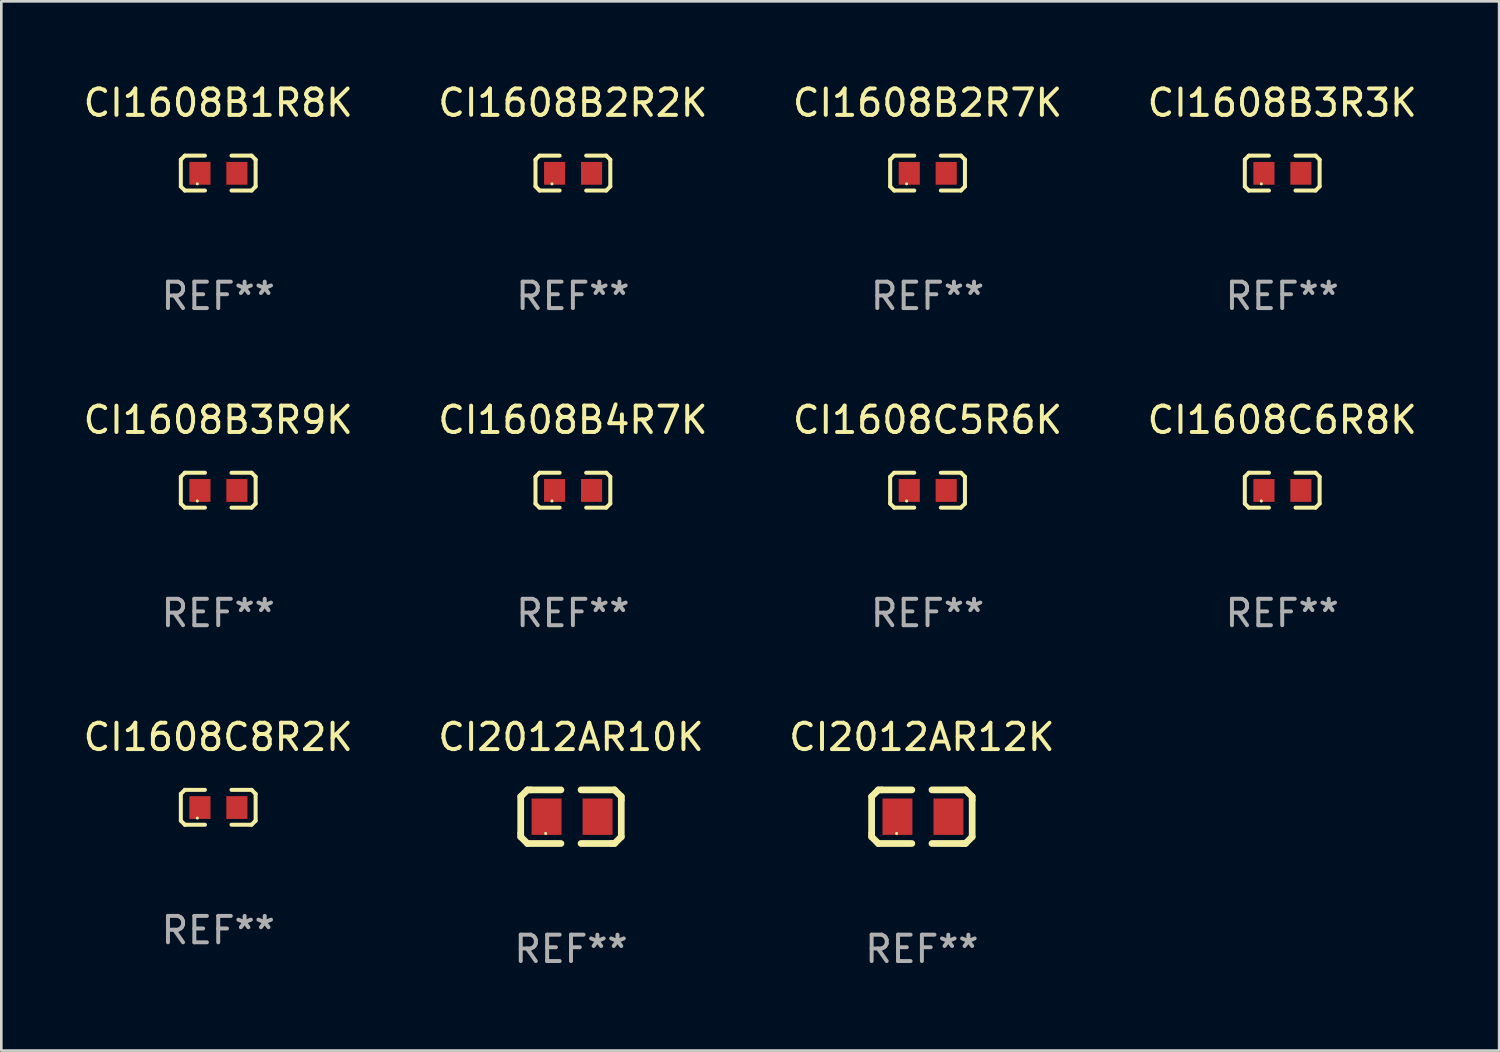
<source format=kicad_pcb>
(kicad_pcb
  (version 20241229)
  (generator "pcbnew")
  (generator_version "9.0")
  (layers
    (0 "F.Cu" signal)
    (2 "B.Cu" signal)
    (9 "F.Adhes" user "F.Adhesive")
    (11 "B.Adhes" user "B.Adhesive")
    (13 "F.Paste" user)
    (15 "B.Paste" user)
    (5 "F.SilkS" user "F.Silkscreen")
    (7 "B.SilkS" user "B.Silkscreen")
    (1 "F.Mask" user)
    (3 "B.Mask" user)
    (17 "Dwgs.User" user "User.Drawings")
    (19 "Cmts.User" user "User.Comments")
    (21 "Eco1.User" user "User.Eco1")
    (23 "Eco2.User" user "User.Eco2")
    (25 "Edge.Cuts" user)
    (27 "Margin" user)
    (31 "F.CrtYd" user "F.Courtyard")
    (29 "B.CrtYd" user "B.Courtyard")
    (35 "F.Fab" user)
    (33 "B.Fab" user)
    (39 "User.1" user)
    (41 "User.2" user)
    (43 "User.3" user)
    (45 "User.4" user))
  (footprint "CI1608C5R6K"
    (layer "F.Cu")
    (at 32.101 15.527)
    (property "Reference" "CI1608C5R6K" (at 0 -2.661 0) (layer "F.SilkS") (effects (font (size 1 1) (thickness 0.15))))
    (attr through_hole)
    (fp_line (start -1.417 -0.508) (end -1.265 -0.661) (stroke (width 0.152) (type solid)) (layer "F.SilkS"))
    (fp_line (start -1.417 0.508) (end -1.417 -0.508) (stroke (width 0.152) (type solid)) (layer "F.SilkS"))
    (fp_line (start -1.265 -0.661) (end -0.503 -0.661) (stroke (width 0.152) (type solid)) (layer "F.SilkS"))
    (fp_line (start -1.265 0.661) (end -1.417 0.508) (stroke (width 0.152) (type solid)) (layer "F.SilkS"))
    (fp_line (start -1.265 0.661) (end -0.503 0.661) (stroke (width 0.152) (type solid)) (layer "F.SilkS"))
    (fp_line (start 1.265 -0.661) (end 0.503 -0.661) (stroke (width 0.152) (type solid)) (layer "F.SilkS"))
    (fp_line (start 1.265 -0.661) (end 1.417 -0.508) (stroke (width 0.152) (type solid)) (layer "F.SilkS"))
    (fp_line (start 1.265 0.661) (end 0.503 0.661) (stroke (width 0.152) (type solid)) (layer "F.SilkS"))
    (fp_line (start 1.417 -0.508) (end 1.417 0.508) (stroke (width 0.152) (type solid)) (layer "F.SilkS"))
    (fp_line (start 1.417 0.508) (end 1.265 0.661) (stroke (width 0.152) (type solid)) (layer "F.SilkS"))
    (fp_circle (center -0.793 0.409) (end -0.763 0.409) (stroke (width 0.06) (type solid)) (fill no) (layer "F.SilkS"))
    (fp_text user "REF**" (at 0 4.661 0) (layer "F.Fab") (effects (font (size 1 1) (thickness 0.15))))
    (pad "1" smd rect (at -0.693 0.009 180) (size 0.8 0.864) (layers "F.Cu" "F.Mask" "F.Paste"))
    (pad "2" smd rect (at 0.707 0.009 180) (size 0.8 0.864) (layers "F.Cu" "F.Mask" "F.Paste")))
  (footprint "CI1608B1R8K"
    (layer "F.Cu")
    (at 5.22 3.509)
    (property "Reference" "CI1608B1R8K" (at 0 -2.661 0) (layer "F.SilkS") (effects (font (size 1 1) (thickness 0.15))))
    (attr through_hole)
    (fp_line (start -1.417 -0.508) (end -1.265 -0.661) (stroke (width 0.152) (type solid)) (layer "F.SilkS"))
    (fp_line (start -1.417 0.508) (end -1.417 -0.508) (stroke (width 0.152) (type solid)) (layer "F.SilkS"))
    (fp_line (start -1.265 -0.661) (end -0.503 -0.661) (stroke (width 0.152) (type solid)) (layer "F.SilkS"))
    (fp_line (start -1.265 0.661) (end -1.417 0.508) (stroke (width 0.152) (type solid)) (layer "F.SilkS"))
    (fp_line (start -1.265 0.661) (end -0.503 0.661) (stroke (width 0.152) (type solid)) (layer "F.SilkS"))
    (fp_line (start 1.265 -0.661) (end 0.503 -0.661) (stroke (width 0.152) (type solid)) (layer "F.SilkS"))
    (fp_line (start 1.265 -0.661) (end 1.417 -0.508) (stroke (width 0.152) (type solid)) (layer "F.SilkS"))
    (fp_line (start 1.265 0.661) (end 0.503 0.661) (stroke (width 0.152) (type solid)) (layer "F.SilkS"))
    (fp_line (start 1.417 -0.508) (end 1.417 0.508) (stroke (width 0.152) (type solid)) (layer "F.SilkS"))
    (fp_line (start 1.417 0.508) (end 1.265 0.661) (stroke (width 0.152) (type solid)) (layer "F.SilkS"))
    (fp_circle (center -0.793 0.409) (end -0.763 0.409) (stroke (width 0.06) (type solid)) (fill no) (layer "F.SilkS"))
    (fp_text user "REF**" (at 0 4.661 0) (layer "F.Fab") (effects (font (size 1 1) (thickness 0.15))))
    (pad "1" smd rect (at -0.693 0.009 180) (size 0.8 0.864) (layers "F.Cu" "F.Mask" "F.Paste"))
    (pad "2" smd rect (at 0.707 0.009 180) (size 0.8 0.864) (layers "F.Cu" "F.Mask" "F.Paste")))
  (footprint "CI2012AR10K"
    (layer "F.Cu")
    (at 18.589 27.9)
    (property "Reference" "CI2012AR10K" (at 0 -3.016 0) (layer "F.SilkS") (effects (font (size 1 1) (thickness 0.15))))
    (attr through_hole)
    (fp_line (start -1.905 -0.762) (end -1.905 0.635) (stroke (width 0.254) (type solid)) (layer "F.SilkS"))
    (fp_line (start -1.905 0.635) (end -1.905 0.762) (stroke (width 0.254) (type solid)) (layer "F.SilkS"))
    (fp_line (start -1.905 0.762) (end -1.651 1.016) (stroke (width 0.254) (type solid)) (layer "F.SilkS"))
    (fp_line (start -1.651 -1.016) (end -1.905 -0.762) (stroke (width 0.254) (type solid)) (layer "F.SilkS"))
    (fp_line (start -1.651 1.016) (end -0.381 1.016) (stroke (width 0.254) (type solid)) (layer "F.SilkS"))
    (fp_line (start -1.524 -1.016) (end -1.651 -1.016) (stroke (width 0.254) (type solid)) (layer "F.SilkS"))
    (fp_line (start -0.381 -1.016) (end -1.524 -1.016) (stroke (width 0.254) (type solid)) (layer "F.SilkS"))
    (fp_line (start 0.381 1.016) (end 1.524 1.016) (stroke (width 0.254) (type solid)) (layer "F.SilkS"))
    (fp_line (start 1.524 1.016) (end 1.651 1.016) (stroke (width 0.254) (type solid)) (layer "F.SilkS"))
    (fp_line (start 1.651 -1.016) (end 0.381 -1.016) (stroke (width 0.254) (type solid)) (layer "F.SilkS"))
    (fp_line (start 1.651 1.016) (end 1.905 0.762) (stroke (width 0.254) (type solid)) (layer "F.SilkS"))
    (fp_line (start 1.905 -0.762) (end 1.651 -1.016) (stroke (width 0.254) (type solid)) (layer "F.SilkS"))
    (fp_line (start 1.905 -0.635) (end 1.905 -0.762) (stroke (width 0.254) (type solid)) (layer "F.SilkS"))
    (fp_line (start 1.905 0.762) (end 1.905 -0.635) (stroke (width 0.254) (type solid)) (layer "F.SilkS"))
    (fp_circle (center -0.96 0.637) (end -0.93 0.637) (stroke (width 0.06) (type solid)) (fill no) (layer "F.SilkS"))
    (fp_text user "REF**" (at 0 5.016 0) (layer "F.Fab") (effects (font (size 1 1) (thickness 0.15))))
    (pad "1" smd rect (at -0.926 -0.000051) (size 1.133 1.377) (layers "F.Cu" "F.Mask" "F.Paste"))
    (pad "2" smd rect (at 1.006 -0.000051) (size 1.133 1.377) (layers "F.Cu" "F.Mask" "F.Paste")))
  (footprint "CI1608B3R3K"
    (layer "F.Cu")
    (at 45.542 3.509)
    (property "Reference" "CI1608B3R3K" (at 0 -2.661 0) (layer "F.SilkS") (effects (font (size 1 1) (thickness 0.15))))
    (attr through_hole)
    (fp_line (start -1.417 -0.508) (end -1.265 -0.661) (stroke (width 0.152) (type solid)) (layer "F.SilkS"))
    (fp_line (start -1.417 0.508) (end -1.417 -0.508) (stroke (width 0.152) (type solid)) (layer "F.SilkS"))
    (fp_line (start -1.265 -0.661) (end -0.503 -0.661) (stroke (width 0.152) (type solid)) (layer "F.SilkS"))
    (fp_line (start -1.265 0.661) (end -1.417 0.508) (stroke (width 0.152) (type solid)) (layer "F.SilkS"))
    (fp_line (start -1.265 0.661) (end -0.503 0.661) (stroke (width 0.152) (type solid)) (layer "F.SilkS"))
    (fp_line (start 1.265 -0.661) (end 0.503 -0.661) (stroke (width 0.152) (type solid)) (layer "F.SilkS"))
    (fp_line (start 1.265 -0.661) (end 1.417 -0.508) (stroke (width 0.152) (type solid)) (layer "F.SilkS"))
    (fp_line (start 1.265 0.661) (end 0.503 0.661) (stroke (width 0.152) (type solid)) (layer "F.SilkS"))
    (fp_line (start 1.417 -0.508) (end 1.417 0.508) (stroke (width 0.152) (type solid)) (layer "F.SilkS"))
    (fp_line (start 1.417 0.508) (end 1.265 0.661) (stroke (width 0.152) (type solid)) (layer "F.SilkS"))
    (fp_circle (center -0.793 0.409) (end -0.763 0.409) (stroke (width 0.06) (type solid)) (fill no) (layer "F.SilkS"))
    (fp_text user "REF**" (at 0 4.661 0) (layer "F.Fab") (effects (font (size 1 1) (thickness 0.15))))
    (pad "1" smd rect (at -0.693 0.009 180) (size 0.8 0.864) (layers "F.Cu" "F.Mask" "F.Paste"))
    (pad "2" smd rect (at 0.707 0.009 180) (size 0.8 0.864) (layers "F.Cu" "F.Mask" "F.Paste")))
  (footprint "CI1608B2R2K"
    (layer "F.Cu")
    (at 18.661 3.509)
    (property "Reference" "CI1608B2R2K" (at 0 -2.661 0) (layer "F.SilkS") (effects (font (size 1 1) (thickness 0.15))))
    (attr through_hole)
    (fp_line (start -1.417 -0.508) (end -1.265 -0.661) (stroke (width 0.152) (type solid)) (layer "F.SilkS"))
    (fp_line (start -1.417 0.508) (end -1.417 -0.508) (stroke (width 0.152) (type solid)) (layer "F.SilkS"))
    (fp_line (start -1.265 -0.661) (end -0.503 -0.661) (stroke (width 0.152) (type solid)) (layer "F.SilkS"))
    (fp_line (start -1.265 0.661) (end -1.417 0.508) (stroke (width 0.152) (type solid)) (layer "F.SilkS"))
    (fp_line (start -1.265 0.661) (end -0.503 0.661) (stroke (width 0.152) (type solid)) (layer "F.SilkS"))
    (fp_line (start 1.265 -0.661) (end 0.503 -0.661) (stroke (width 0.152) (type solid)) (layer "F.SilkS"))
    (fp_line (start 1.265 -0.661) (end 1.417 -0.508) (stroke (width 0.152) (type solid)) (layer "F.SilkS"))
    (fp_line (start 1.265 0.661) (end 0.503 0.661) (stroke (width 0.152) (type solid)) (layer "F.SilkS"))
    (fp_line (start 1.417 -0.508) (end 1.417 0.508) (stroke (width 0.152) (type solid)) (layer "F.SilkS"))
    (fp_line (start 1.417 0.508) (end 1.265 0.661) (stroke (width 0.152) (type solid)) (layer "F.SilkS"))
    (fp_circle (center -0.793 0.409) (end -0.763 0.409) (stroke (width 0.06) (type solid)) (fill no) (layer "F.SilkS"))
    (fp_text user "REF**" (at 0 4.661 0) (layer "F.Fab") (effects (font (size 1 1) (thickness 0.15))))
    (pad "1" smd rect (at -0.693 0.009 180) (size 0.8 0.864) (layers "F.Cu" "F.Mask" "F.Paste"))
    (pad "2" smd rect (at 0.707 0.009 180) (size 0.8 0.864) (layers "F.Cu" "F.Mask" "F.Paste")))
  (footprint "CI1608C8R2K"
    (layer "F.Cu")
    (at 5.22 27.544)
    (property "Reference" "CI1608C8R2K" (at 0 -2.661 0) (layer "F.SilkS") (effects (font (size 1 1) (thickness 0.15))))
    (attr through_hole)
    (fp_line (start -1.417 -0.508) (end -1.265 -0.661) (stroke (width 0.152) (type solid)) (layer "F.SilkS"))
    (fp_line (start -1.417 0.508) (end -1.417 -0.508) (stroke (width 0.152) (type solid)) (layer "F.SilkS"))
    (fp_line (start -1.265 -0.661) (end -0.503 -0.661) (stroke (width 0.152) (type solid)) (layer "F.SilkS"))
    (fp_line (start -1.265 0.661) (end -1.417 0.508) (stroke (width 0.152) (type solid)) (layer "F.SilkS"))
    (fp_line (start -1.265 0.661) (end -0.503 0.661) (stroke (width 0.152) (type solid)) (layer "F.SilkS"))
    (fp_line (start 1.265 -0.661) (end 0.503 -0.661) (stroke (width 0.152) (type solid)) (layer "F.SilkS"))
    (fp_line (start 1.265 -0.661) (end 1.417 -0.508) (stroke (width 0.152) (type solid)) (layer "F.SilkS"))
    (fp_line (start 1.265 0.661) (end 0.503 0.661) (stroke (width 0.152) (type solid)) (layer "F.SilkS"))
    (fp_line (start 1.417 -0.508) (end 1.417 0.508) (stroke (width 0.152) (type solid)) (layer "F.SilkS"))
    (fp_line (start 1.417 0.508) (end 1.265 0.661) (stroke (width 0.152) (type solid)) (layer "F.SilkS"))
    (fp_circle (center -0.793 0.409) (end -0.763 0.409) (stroke (width 0.06) (type solid)) (fill no) (layer "F.SilkS"))
    (fp_text user "REF**" (at 0 4.661 0) (layer "F.Fab") (effects (font (size 1 1) (thickness 0.15))))
    (pad "1" smd rect (at -0.693 0.009 180) (size 0.8 0.864) (layers "F.Cu" "F.Mask" "F.Paste"))
    (pad "2" smd rect (at 0.707 0.009 180) (size 0.8 0.864) (layers "F.Cu" "F.Mask" "F.Paste")))
  (footprint "CI1608B2R7K"
    (layer "F.Cu")
    (at 32.101 3.509)
    (property "Reference" "CI1608B2R7K" (at 0 -2.661 0) (layer "F.SilkS") (effects (font (size 1 1) (thickness 0.15))))
    (attr through_hole)
    (fp_line (start -1.417 -0.508) (end -1.265 -0.661) (stroke (width 0.152) (type solid)) (layer "F.SilkS"))
    (fp_line (start -1.417 0.508) (end -1.417 -0.508) (stroke (width 0.152) (type solid)) (layer "F.SilkS"))
    (fp_line (start -1.265 -0.661) (end -0.503 -0.661) (stroke (width 0.152) (type solid)) (layer "F.SilkS"))
    (fp_line (start -1.265 0.661) (end -1.417 0.508) (stroke (width 0.152) (type solid)) (layer "F.SilkS"))
    (fp_line (start -1.265 0.661) (end -0.503 0.661) (stroke (width 0.152) (type solid)) (layer "F.SilkS"))
    (fp_line (start 1.265 -0.661) (end 0.503 -0.661) (stroke (width 0.152) (type solid)) (layer "F.SilkS"))
    (fp_line (start 1.265 -0.661) (end 1.417 -0.508) (stroke (width 0.152) (type solid)) (layer "F.SilkS"))
    (fp_line (start 1.265 0.661) (end 0.503 0.661) (stroke (width 0.152) (type solid)) (layer "F.SilkS"))
    (fp_line (start 1.417 -0.508) (end 1.417 0.508) (stroke (width 0.152) (type solid)) (layer "F.SilkS"))
    (fp_line (start 1.417 0.508) (end 1.265 0.661) (stroke (width 0.152) (type solid)) (layer "F.SilkS"))
    (fp_circle (center -0.793 0.409) (end -0.763 0.409) (stroke (width 0.06) (type solid)) (fill no) (layer "F.SilkS"))
    (fp_text user "REF**" (at 0 4.661 0) (layer "F.Fab") (effects (font (size 1 1) (thickness 0.15))))
    (pad "1" smd rect (at -0.693 0.009 180) (size 0.8 0.864) (layers "F.Cu" "F.Mask" "F.Paste"))
    (pad "2" smd rect (at 0.707 0.009 180) (size 0.8 0.864) (layers "F.Cu" "F.Mask" "F.Paste")))
  (footprint "CI1608B4R7K"
    (layer "F.Cu")
    (at 18.661 15.527)
    (property "Reference" "CI1608B4R7K" (at 0 -2.661 0) (layer "F.SilkS") (effects (font (size 1 1) (thickness 0.15))))
    (attr through_hole)
    (fp_line (start -1.417 -0.508) (end -1.265 -0.661) (stroke (width 0.152) (type solid)) (layer "F.SilkS"))
    (fp_line (start -1.417 0.508) (end -1.417 -0.508) (stroke (width 0.152) (type solid)) (layer "F.SilkS"))
    (fp_line (start -1.265 -0.661) (end -0.503 -0.661) (stroke (width 0.152) (type solid)) (layer "F.SilkS"))
    (fp_line (start -1.265 0.661) (end -1.417 0.508) (stroke (width 0.152) (type solid)) (layer "F.SilkS"))
    (fp_line (start -1.265 0.661) (end -0.503 0.661) (stroke (width 0.152) (type solid)) (layer "F.SilkS"))
    (fp_line (start 1.265 -0.661) (end 0.503 -0.661) (stroke (width 0.152) (type solid)) (layer "F.SilkS"))
    (fp_line (start 1.265 -0.661) (end 1.417 -0.508) (stroke (width 0.152) (type solid)) (layer "F.SilkS"))
    (fp_line (start 1.265 0.661) (end 0.503 0.661) (stroke (width 0.152) (type solid)) (layer "F.SilkS"))
    (fp_line (start 1.417 -0.508) (end 1.417 0.508) (stroke (width 0.152) (type solid)) (layer "F.SilkS"))
    (fp_line (start 1.417 0.508) (end 1.265 0.661) (stroke (width 0.152) (type solid)) (layer "F.SilkS"))
    (fp_circle (center -0.793 0.409) (end -0.763 0.409) (stroke (width 0.06) (type solid)) (fill no) (layer "F.SilkS"))
    (fp_text user "REF**" (at 0 4.661 0) (layer "F.Fab") (effects (font (size 1 1) (thickness 0.15))))
    (pad "1" smd rect (at -0.693 0.009 180) (size 0.8 0.864) (layers "F.Cu" "F.Mask" "F.Paste"))
    (pad "2" smd rect (at 0.707 0.009 180) (size 0.8 0.864) (layers "F.Cu" "F.Mask" "F.Paste")))
  (footprint "CI1608C6R8K"
    (layer "F.Cu")
    (at 45.542 15.527)
    (property "Reference" "CI1608C6R8K" (at 0 -2.661 0) (layer "F.SilkS") (effects (font (size 1 1) (thickness 0.15))))
    (attr through_hole)
    (fp_line (start -1.417 -0.508) (end -1.265 -0.661) (stroke (width 0.152) (type solid)) (layer "F.SilkS"))
    (fp_line (start -1.417 0.508) (end -1.417 -0.508) (stroke (width 0.152) (type solid)) (layer "F.SilkS"))
    (fp_line (start -1.265 -0.661) (end -0.503 -0.661) (stroke (width 0.152) (type solid)) (layer "F.SilkS"))
    (fp_line (start -1.265 0.661) (end -1.417 0.508) (stroke (width 0.152) (type solid)) (layer "F.SilkS"))
    (fp_line (start -1.265 0.661) (end -0.503 0.661) (stroke (width 0.152) (type solid)) (layer "F.SilkS"))
    (fp_line (start 1.265 -0.661) (end 0.503 -0.661) (stroke (width 0.152) (type solid)) (layer "F.SilkS"))
    (fp_line (start 1.265 -0.661) (end 1.417 -0.508) (stroke (width 0.152) (type solid)) (layer "F.SilkS"))
    (fp_line (start 1.265 0.661) (end 0.503 0.661) (stroke (width 0.152) (type solid)) (layer "F.SilkS"))
    (fp_line (start 1.417 -0.508) (end 1.417 0.508) (stroke (width 0.152) (type solid)) (layer "F.SilkS"))
    (fp_line (start 1.417 0.508) (end 1.265 0.661) (stroke (width 0.152) (type solid)) (layer "F.SilkS"))
    (fp_circle (center -0.793 0.409) (end -0.763 0.409) (stroke (width 0.06) (type solid)) (fill no) (layer "F.SilkS"))
    (fp_text user "REF**" (at 0 4.661 0) (layer "F.Fab") (effects (font (size 1 1) (thickness 0.15))))
    (pad "1" smd rect (at -0.693 0.009 180) (size 0.8 0.864) (layers "F.Cu" "F.Mask" "F.Paste"))
    (pad "2" smd rect (at 0.707 0.009 180) (size 0.8 0.864) (layers "F.Cu" "F.Mask" "F.Paste")))
  (footprint "CI2012AR12K"
    (layer "F.Cu")
    (at 31.887 27.9)
    (property "Reference" "CI2012AR12K" (at 0 -3.016 0) (layer "F.SilkS") (effects (font (size 1 1) (thickness 0.15))))
    (attr through_hole)
    (fp_line (start -1.905 -0.762) (end -1.905 0.635) (stroke (width 0.254) (type solid)) (layer "F.SilkS"))
    (fp_line (start -1.905 0.635) (end -1.905 0.762) (stroke (width 0.254) (type solid)) (layer "F.SilkS"))
    (fp_line (start -1.905 0.762) (end -1.651 1.016) (stroke (width 0.254) (type solid)) (layer "F.SilkS"))
    (fp_line (start -1.651 -1.016) (end -1.905 -0.762) (stroke (width 0.254) (type solid)) (layer "F.SilkS"))
    (fp_line (start -1.651 1.016) (end -0.381 1.016) (stroke (width 0.254) (type solid)) (layer "F.SilkS"))
    (fp_line (start -1.524 -1.016) (end -1.651 -1.016) (stroke (width 0.254) (type solid)) (layer "F.SilkS"))
    (fp_line (start -0.381 -1.016) (end -1.524 -1.016) (stroke (width 0.254) (type solid)) (layer "F.SilkS"))
    (fp_line (start 0.381 1.016) (end 1.524 1.016) (stroke (width 0.254) (type solid)) (layer "F.SilkS"))
    (fp_line (start 1.524 1.016) (end 1.651 1.016) (stroke (width 0.254) (type solid)) (layer "F.SilkS"))
    (fp_line (start 1.651 -1.016) (end 0.381 -1.016) (stroke (width 0.254) (type solid)) (layer "F.SilkS"))
    (fp_line (start 1.651 1.016) (end 1.905 0.762) (stroke (width 0.254) (type solid)) (layer "F.SilkS"))
    (fp_line (start 1.905 -0.762) (end 1.651 -1.016) (stroke (width 0.254) (type solid)) (layer "F.SilkS"))
    (fp_line (start 1.905 -0.635) (end 1.905 -0.762) (stroke (width 0.254) (type solid)) (layer "F.SilkS"))
    (fp_line (start 1.905 0.762) (end 1.905 -0.635) (stroke (width 0.254) (type solid)) (layer "F.SilkS"))
    (fp_circle (center -0.96 0.637) (end -0.93 0.637) (stroke (width 0.06) (type solid)) (fill no) (layer "F.SilkS"))
    (fp_text user "REF**" (at 0 5.016 0) (layer "F.Fab") (effects (font (size 1 1) (thickness 0.15))))
    (pad "1" smd rect (at -0.926 -0.000051) (size 1.133 1.377) (layers "F.Cu" "F.Mask" "F.Paste"))
    (pad "2" smd rect (at 1.006 -0.000051) (size 1.133 1.377) (layers "F.Cu" "F.Mask" "F.Paste")))
  (footprint "CI1608B3R9K"
    (layer "F.Cu")
    (at 5.22 15.527)
    (property "Reference" "CI1608B3R9K" (at 0 -2.661 0) (layer "F.SilkS") (effects (font (size 1 1) (thickness 0.15))))
    (attr through_hole)
    (fp_line (start -1.417 -0.508) (end -1.265 -0.661) (stroke (width 0.152) (type solid)) (layer "F.SilkS"))
    (fp_line (start -1.417 0.508) (end -1.417 -0.508) (stroke (width 0.152) (type solid)) (layer "F.SilkS"))
    (fp_line (start -1.265 -0.661) (end -0.503 -0.661) (stroke (width 0.152) (type solid)) (layer "F.SilkS"))
    (fp_line (start -1.265 0.661) (end -1.417 0.508) (stroke (width 0.152) (type solid)) (layer "F.SilkS"))
    (fp_line (start -1.265 0.661) (end -0.503 0.661) (stroke (width 0.152) (type solid)) (layer "F.SilkS"))
    (fp_line (start 1.265 -0.661) (end 0.503 -0.661) (stroke (width 0.152) (type solid)) (layer "F.SilkS"))
    (fp_line (start 1.265 -0.661) (end 1.417 -0.508) (stroke (width 0.152) (type solid)) (layer "F.SilkS"))
    (fp_line (start 1.265 0.661) (end 0.503 0.661) (stroke (width 0.152) (type solid)) (layer "F.SilkS"))
    (fp_line (start 1.417 -0.508) (end 1.417 0.508) (stroke (width 0.152) (type solid)) (layer "F.SilkS"))
    (fp_line (start 1.417 0.508) (end 1.265 0.661) (stroke (width 0.152) (type solid)) (layer "F.SilkS"))
    (fp_circle (center -0.793 0.409) (end -0.763 0.409) (stroke (width 0.06) (type solid)) (fill no) (layer "F.SilkS"))
    (fp_text user "REF**" (at 0 4.661 0) (layer "F.Fab") (effects (font (size 1 1) (thickness 0.15))))
    (pad "1" smd rect (at -0.693 0.009 180) (size 0.8 0.864) (layers "F.Cu" "F.Mask" "F.Paste"))
    (pad "2" smd rect (at 0.707 0.009 180) (size 0.8 0.864) (layers "F.Cu" "F.Mask" "F.Paste")))
  (gr_rect
    (start -3 -3)
    (end 53.762 36.764)
    (stroke (width 0.1) (type default))
    (fill no)
    (layer "Edge.Cuts")))
</source>
